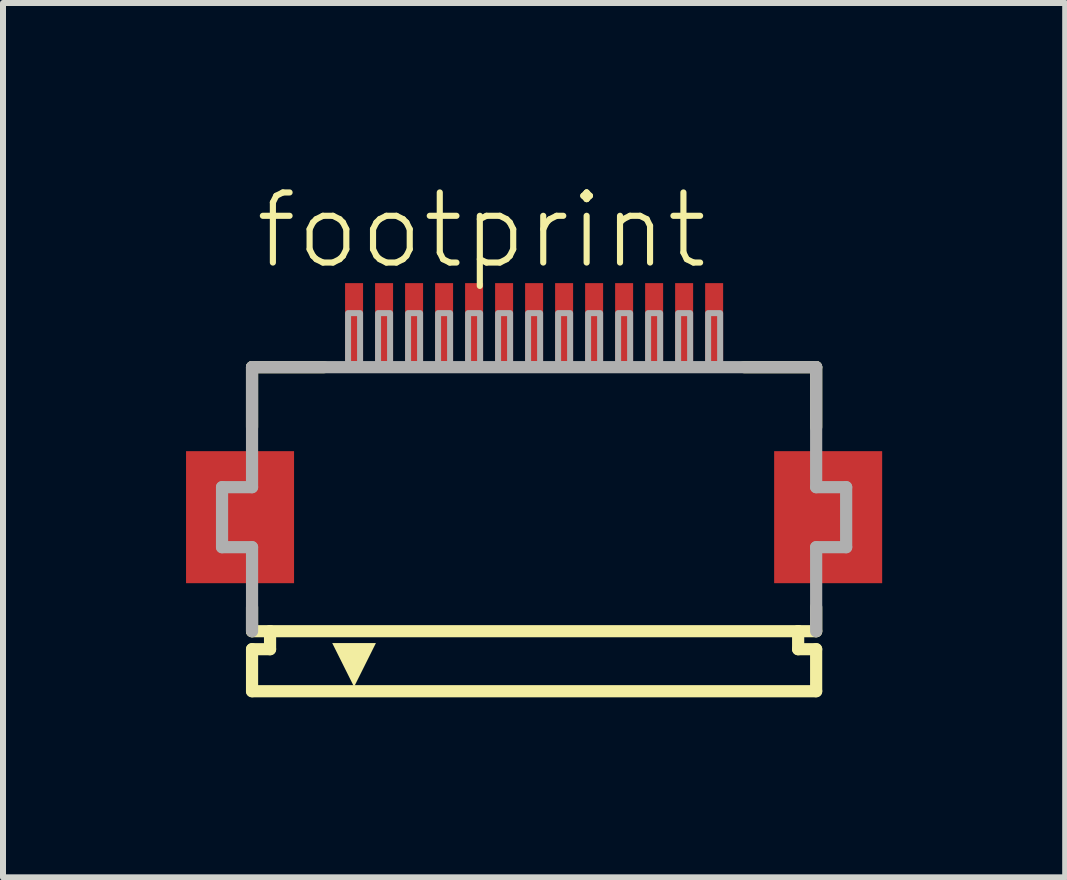
<source format=kicad_pcb>
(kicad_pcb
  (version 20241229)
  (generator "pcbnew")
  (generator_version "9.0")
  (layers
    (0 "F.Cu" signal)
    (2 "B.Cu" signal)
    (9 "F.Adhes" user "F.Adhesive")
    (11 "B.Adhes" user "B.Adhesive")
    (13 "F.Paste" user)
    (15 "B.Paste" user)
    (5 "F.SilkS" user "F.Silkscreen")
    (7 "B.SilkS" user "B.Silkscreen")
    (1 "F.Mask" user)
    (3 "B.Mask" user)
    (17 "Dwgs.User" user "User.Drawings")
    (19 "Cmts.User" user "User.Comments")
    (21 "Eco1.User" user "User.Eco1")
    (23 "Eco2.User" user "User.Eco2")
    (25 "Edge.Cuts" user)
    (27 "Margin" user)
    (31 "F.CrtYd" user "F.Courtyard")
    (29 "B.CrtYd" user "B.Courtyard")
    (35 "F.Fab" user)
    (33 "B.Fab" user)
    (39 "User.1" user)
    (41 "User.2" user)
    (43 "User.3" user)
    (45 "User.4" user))
  (footprint "footprint"
    (layer "F.Cu")
    (at 5.85 5.568)
    (property "Reference" "footprint" (at -4.698 -4.095 0) (layer "F.SilkS") (effects (font (size 1.168 1.168) (thickness 0.102)) (justify left bottom)))
    (fp_poly (pts (xy -4 -1.1) (xy -5.8 -1.1) (xy -5.8 1.1) (xy -4 1.1)) (stroke (width 0) (type solid)) (fill yes) (layer "F.Cu"))
    (fp_poly (pts (xy 5.8 -1.1) (xy 4 -1.1) (xy 4 1.1) (xy 5.8 1.1)) (stroke (width 0) (type solid)) (fill yes) (layer "F.Cu"))
    (fp_poly (pts (xy -3.95 -1.175) (xy -5.85 -1.175) (xy -5.85 1.175) (xy -3.95 1.175)) (stroke (width 0) (type solid)) (fill yes) (layer "F.Mask"))
    (fp_poly (pts (xy -3.2 -2.55) (xy -2.8 -2.55) (xy -2.8 -3.95) (xy -3.2 -3.95)) (stroke (width 0) (type solid)) (fill yes) (layer "F.Mask"))
    (fp_poly (pts (xy -2.7 -2.55) (xy -2.3 -2.55) (xy -2.3 -3.95) (xy -2.7 -3.95)) (stroke (width 0) (type solid)) (fill yes) (layer "F.Mask"))
    (fp_poly (pts (xy -2.2 -2.55) (xy -1.8 -2.55) (xy -1.8 -3.95) (xy -2.2 -3.95)) (stroke (width 0) (type solid)) (fill yes) (layer "F.Mask"))
    (fp_poly (pts (xy -1.7 -2.55) (xy -1.3 -2.55) (xy -1.3 -3.95) (xy -1.7 -3.95)) (stroke (width 0) (type solid)) (fill yes) (layer "F.Mask"))
    (fp_poly (pts (xy -1.2 -2.55) (xy -0.8 -2.55) (xy -0.8 -3.95) (xy -1.2 -3.95)) (stroke (width 0) (type solid)) (fill yes) (layer "F.Mask"))
    (fp_poly (pts (xy -0.7 -2.55) (xy -0.3 -2.55) (xy -0.3 -3.95) (xy -0.7 -3.95)) (stroke (width 0) (type solid)) (fill yes) (layer "F.Mask"))
    (fp_poly (pts (xy -0.2 -2.55) (xy 0.2 -2.55) (xy 0.2 -3.95) (xy -0.2 -3.95)) (stroke (width 0) (type solid)) (fill yes) (layer "F.Mask"))
    (fp_poly (pts (xy 0.3 -2.55) (xy 0.7 -2.55) (xy 0.7 -3.95) (xy 0.3 -3.95)) (stroke (width 0) (type solid)) (fill yes) (layer "F.Mask"))
    (fp_poly (pts (xy 0.8 -2.55) (xy 1.2 -2.55) (xy 1.2 -3.95) (xy 0.8 -3.95)) (stroke (width 0) (type solid)) (fill yes) (layer "F.Mask"))
    (fp_poly (pts (xy 1.3 -2.55) (xy 1.7 -2.55) (xy 1.7 -3.95) (xy 1.3 -3.95)) (stroke (width 0) (type solid)) (fill yes) (layer "F.Mask"))
    (fp_poly (pts (xy 1.8 -2.55) (xy 2.2 -2.55) (xy 2.2 -3.95) (xy 1.8 -3.95)) (stroke (width 0) (type solid)) (fill yes) (layer "F.Mask"))
    (fp_poly (pts (xy 2.3 -2.55) (xy 2.7 -2.55) (xy 2.7 -3.95) (xy 2.3 -3.95)) (stroke (width 0) (type solid)) (fill yes) (layer "F.Mask"))
    (fp_poly (pts (xy 2.8 -2.55) (xy 3.2 -2.55) (xy 3.2 -3.95) (xy 2.8 -3.95)) (stroke (width 0) (type solid)) (fill yes) (layer "F.Mask"))
    (fp_poly (pts (xy 5.85 -1.175) (xy 3.95 -1.175) (xy 3.95 1.175) (xy 5.85 1.175)) (stroke (width 0) (type solid)) (fill yes) (layer "F.Mask"))
    (fp_line (start -4.7 -2.5) (end -4.7 -1.5) (stroke (width 0.203) (type solid)) (layer "F.SilkS"))
    (fp_line (start -4.7 1.5) (end -4.7 1.9) (stroke (width 0.203) (type solid)) (layer "F.SilkS"))
    (fp_line (start -4.7 1.9) (end -4.4 1.9) (stroke (width 0.203) (type solid)) (layer "F.SilkS"))
    (fp_line (start -4.7 2.2) (end -4.7 2.9) (stroke (width 0.203) (type solid)) (layer "F.SilkS"))
    (fp_line (start -4.4 1.9) (end -4.4 2.2) (stroke (width 0.203) (type solid)) (layer "F.SilkS"))
    (fp_line (start -4.4 2.2) (end -4.7 2.2) (stroke (width 0.203) (type solid)) (layer "F.SilkS"))
    (fp_line (start -3.5 -2.5) (end -4.7 -2.5) (stroke (width 0.203) (type solid)) (layer "F.SilkS"))
    (fp_line (start 4.4 1.9) (end -4.4 1.9) (stroke (width 0.203) (type solid)) (layer "F.SilkS"))
    (fp_line (start 4.4 1.9) (end 4.7 1.9) (stroke (width 0.203) (type solid)) (layer "F.SilkS"))
    (fp_line (start 4.4 2.2) (end 4.4 1.9) (stroke (width 0.203) (type solid)) (layer "F.SilkS"))
    (fp_line (start 4.7 -2.5) (end 3.5 -2.5) (stroke (width 0.203) (type solid)) (layer "F.SilkS"))
    (fp_line (start 4.7 -1.5) (end 4.7 -2.5) (stroke (width 0.203) (type solid)) (layer "F.SilkS"))
    (fp_line (start 4.7 1.9) (end 4.7 1.5) (stroke (width 0.203) (type solid)) (layer "F.SilkS"))
    (fp_line (start 4.7 2.2) (end 4.4 2.2) (stroke (width 0.203) (type solid)) (layer "F.SilkS"))
    (fp_line (start 4.7 2.9) (end -4.7 2.9) (stroke (width 0.203) (type solid)) (layer "F.SilkS"))
    (fp_line (start 4.7 2.9) (end 4.7 2.2) (stroke (width 0.203) (type solid)) (layer "F.SilkS"))
    (fp_poly (pts (xy -3 2.827) (xy -3.364 2.098) (xy -2.636 2.098)) (stroke (width 0) (type solid)) (fill yes) (layer "F.SilkS"))
    (fp_poly (pts (xy -4.075 -1.025) (xy -5.725 -1.025) (xy -5.725 1.025) (xy -4.075 1.025)) (stroke (width 0) (type solid)) (fill yes) (layer "F.Paste"))
    (fp_poly (pts (xy -3.125 -2.625) (xy -2.875 -2.625) (xy -2.875 -3.875) (xy -3.125 -3.875)) (stroke (width 0) (type solid)) (fill yes) (layer "F.Paste"))
    (fp_poly (pts (xy -2.625 -2.625) (xy -2.375 -2.625) (xy -2.375 -3.875) (xy -2.625 -3.875)) (stroke (width 0) (type solid)) (fill yes) (layer "F.Paste"))
    (fp_poly (pts (xy -2.125 -2.625) (xy -1.875 -2.625) (xy -1.875 -3.875) (xy -2.125 -3.875)) (stroke (width 0) (type solid)) (fill yes) (layer "F.Paste"))
    (fp_poly (pts (xy -1.625 -2.625) (xy -1.375 -2.625) (xy -1.375 -3.875) (xy -1.625 -3.875)) (stroke (width 0) (type solid)) (fill yes) (layer "F.Paste"))
    (fp_poly (pts (xy -1.125 -2.625) (xy -0.875 -2.625) (xy -0.875 -3.875) (xy -1.125 -3.875)) (stroke (width 0) (type solid)) (fill yes) (layer "F.Paste"))
    (fp_poly (pts (xy -0.625 -2.625) (xy -0.375 -2.625) (xy -0.375 -3.875) (xy -0.625 -3.875)) (stroke (width 0) (type solid)) (fill yes) (layer "F.Paste"))
    (fp_poly (pts (xy -0.125 -2.625) (xy 0.125 -2.625) (xy 0.125 -3.875) (xy -0.125 -3.875)) (stroke (width 0) (type solid)) (fill yes) (layer "F.Paste"))
    (fp_poly (pts (xy 0.375 -2.625) (xy 0.625 -2.625) (xy 0.625 -3.875) (xy 0.375 -3.875)) (stroke (width 0) (type solid)) (fill yes) (layer "F.Paste"))
    (fp_poly (pts (xy 0.875 -2.625) (xy 1.125 -2.625) (xy 1.125 -3.875) (xy 0.875 -3.875)) (stroke (width 0) (type solid)) (fill yes) (layer "F.Paste"))
    (fp_poly (pts (xy 1.375 -2.625) (xy 1.625 -2.625) (xy 1.625 -3.875) (xy 1.375 -3.875)) (stroke (width 0) (type solid)) (fill yes) (layer "F.Paste"))
    (fp_poly (pts (xy 1.875 -2.625) (xy 2.125 -2.625) (xy 2.125 -3.875) (xy 1.875 -3.875)) (stroke (width 0) (type solid)) (fill yes) (layer "F.Paste"))
    (fp_poly (pts (xy 2.375 -2.625) (xy 2.625 -2.625) (xy 2.625 -3.875) (xy 2.375 -3.875)) (stroke (width 0) (type solid)) (fill yes) (layer "F.Paste"))
    (fp_poly (pts (xy 2.875 -2.625) (xy 3.125 -2.625) (xy 3.125 -3.875) (xy 2.875 -3.875)) (stroke (width 0) (type solid)) (fill yes) (layer "F.Paste"))
    (fp_poly (pts (xy 5.725 -1.025) (xy 4.075 -1.025) (xy 4.075 1.025) (xy 5.725 1.025)) (stroke (width 0) (type solid)) (fill yes) (layer "F.Paste"))
    (fp_line (start -5.2 -0.5) (end -5.2 0.5) (stroke (width 0.203) (type solid)) (layer "F.Fab"))
    (fp_line (start -5.2 0.5) (end -4.7 0.5) (stroke (width 0.203) (type solid)) (layer "F.Fab"))
    (fp_line (start -4.7 -2.5) (end -4.7 -0.5) (stroke (width 0.203) (type solid)) (layer "F.Fab"))
    (fp_line (start -4.7 -0.5) (end -5.2 -0.5) (stroke (width 0.203) (type solid)) (layer "F.Fab"))
    (fp_line (start -4.7 0.5) (end -4.7 1.9) (stroke (width 0.203) (type solid)) (layer "F.Fab"))
    (fp_line (start 4.7 -2.5) (end -4.7 -2.5) (stroke (width 0.203) (type solid)) (layer "F.Fab"))
    (fp_line (start 4.7 -0.5) (end 4.7 -2.5) (stroke (width 0.203) (type solid)) (layer "F.Fab"))
    (fp_line (start 4.7 0.5) (end 5.2 0.5) (stroke (width 0.203) (type solid)) (layer "F.Fab"))
    (fp_line (start 4.7 1.9) (end 4.7 0.5) (stroke (width 0.203) (type solid)) (layer "F.Fab"))
    (fp_line (start 5.2 -0.5) (end 4.7 -0.5) (stroke (width 0.203) (type solid)) (layer "F.Fab"))
    (fp_line (start 5.2 0.5) (end 5.2 -0.5) (stroke (width 0.203) (type solid)) (layer "F.Fab"))
    (fp_poly (pts (xy -3.1 -2.55) (xy -2.9 -2.55) (xy -2.9 -3.4) (xy -3.1 -3.4)) (stroke (width 0.1) (type solid)) (fill no) (layer "F.Fab"))
    (fp_poly (pts (xy -2.6 -2.55) (xy -2.4 -2.55) (xy -2.4 -3.4) (xy -2.6 -3.4)) (stroke (width 0.1) (type solid)) (fill no) (layer "F.Fab"))
    (fp_poly (pts (xy -2.1 -2.55) (xy -1.9 -2.55) (xy -1.9 -3.4) (xy -2.1 -3.4)) (stroke (width 0.1) (type solid)) (fill no) (layer "F.Fab"))
    (fp_poly (pts (xy -1.6 -2.55) (xy -1.4 -2.55) (xy -1.4 -3.4) (xy -1.6 -3.4)) (stroke (width 0.1) (type solid)) (fill no) (layer "F.Fab"))
    (fp_poly (pts (xy -1.1 -2.55) (xy -0.9 -2.55) (xy -0.9 -3.4) (xy -1.1 -3.4)) (stroke (width 0.1) (type solid)) (fill no) (layer "F.Fab"))
    (fp_poly (pts (xy -0.6 -2.55) (xy -0.4 -2.55) (xy -0.4 -3.4) (xy -0.6 -3.4)) (stroke (width 0.1) (type solid)) (fill no) (layer "F.Fab"))
    (fp_poly (pts (xy -0.1 -2.55) (xy 0.1 -2.55) (xy 0.1 -3.4) (xy -0.1 -3.4)) (stroke (width 0.1) (type solid)) (fill no) (layer "F.Fab"))
    (fp_poly (pts (xy 0.4 -2.55) (xy 0.6 -2.55) (xy 0.6 -3.4) (xy 0.4 -3.4)) (stroke (width 0.1) (type solid)) (fill no) (layer "F.Fab"))
    (fp_poly (pts (xy 0.9 -2.55) (xy 1.1 -2.55) (xy 1.1 -3.4) (xy 0.9 -3.4)) (stroke (width 0.1) (type solid)) (fill no) (layer "F.Fab"))
    (fp_poly (pts (xy 1.4 -2.55) (xy 1.6 -2.55) (xy 1.6 -3.4) (xy 1.4 -3.4)) (stroke (width 0.1) (type solid)) (fill no) (layer "F.Fab"))
    (fp_poly (pts (xy 1.9 -2.55) (xy 2.1 -2.55) (xy 2.1 -3.4) (xy 1.9 -3.4)) (stroke (width 0.1) (type solid)) (fill no) (layer "F.Fab"))
    (fp_poly (pts (xy 2.4 -2.55) (xy 2.6 -2.55) (xy 2.6 -3.4) (xy 2.4 -3.4)) (stroke (width 0.1) (type solid)) (fill no) (layer "F.Fab"))
    (fp_poly (pts (xy 2.9 -2.55) (xy 3.1 -2.55) (xy 3.1 -3.4) (xy 2.9 -3.4)) (stroke (width 0.1) (type solid)) (fill no) (layer "F.Fab"))
    (pad "1" smd rect (at -3 -3.25) (size 0.3 1.3) (layers "F.Cu"))
    (pad "2" smd rect (at -2.5 -3.25) (size 0.3 1.3) (layers "F.Cu"))
    (pad "3" smd rect (at -2 -3.25) (size 0.3 1.3) (layers "F.Cu"))
    (pad "4" smd rect (at -1.5 -3.25) (size 0.3 1.3) (layers "F.Cu"))
    (pad "5" smd rect (at -1 -3.25) (size 0.3 1.3) (layers "F.Cu"))
    (pad "6" smd rect (at -0.5 -3.25) (size 0.3 1.3) (layers "F.Cu"))
    (pad "7" smd rect (at 0 -3.25) (size 0.3 1.3) (layers "F.Cu"))
    (pad "8" smd rect (at 0.5 -3.25) (size 0.3 1.3) (layers "F.Cu"))
    (pad "9" smd rect (at 1 -3.25) (size 0.3 1.3) (layers "F.Cu"))
    (pad "10" smd rect (at 1.5 -3.25) (size 0.3 1.3) (layers "F.Cu"))
    (pad "11" smd rect (at 2 -3.25) (size 0.3 1.3) (layers "F.Cu"))
    (pad "12" smd rect (at 2.5 -3.25) (size 0.3 1.3) (layers "F.Cu"))
    (pad "13" smd rect (at 3 -3.25) (size 0.3 1.3) (layers "F.Cu")))
  (gr_rect
    (start -3 -3)
    (end 14.7 11.57)
    (stroke (width 0.1) (type default))
    (fill no)
    (layer "Edge.Cuts")))
</source>
